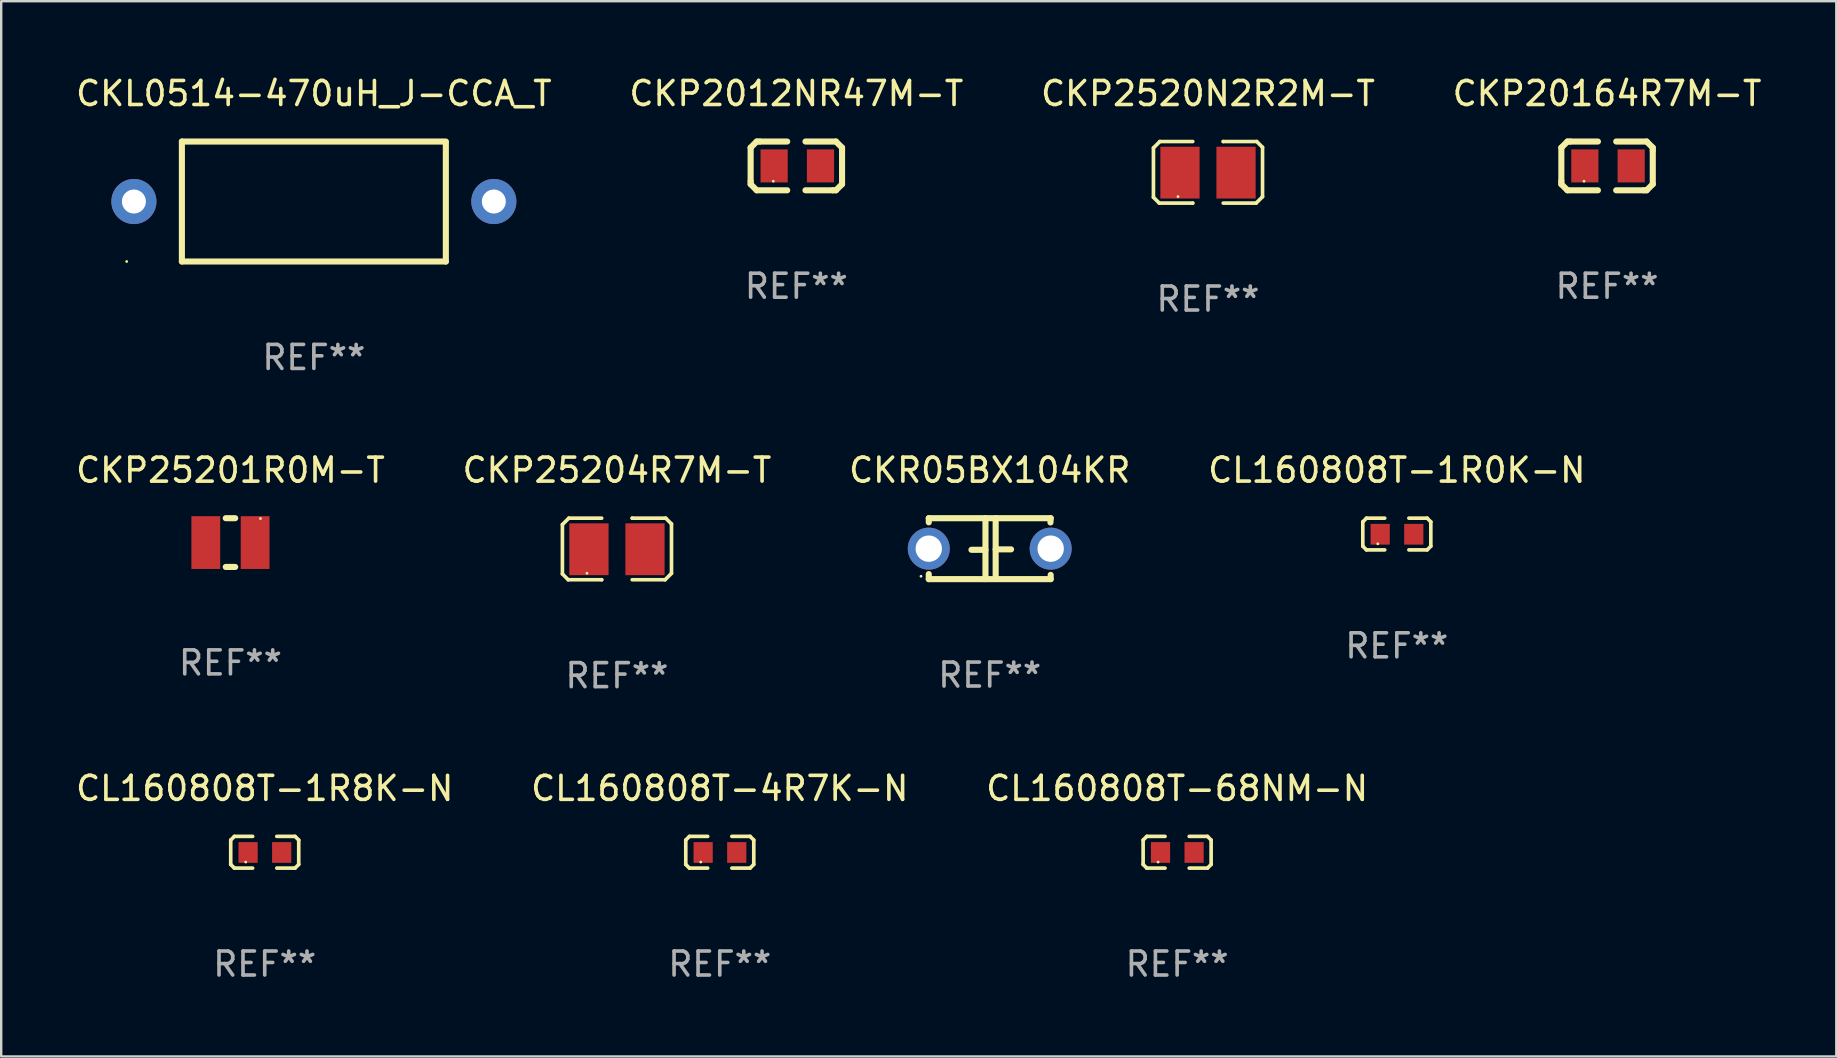
<source format=kicad_pcb>
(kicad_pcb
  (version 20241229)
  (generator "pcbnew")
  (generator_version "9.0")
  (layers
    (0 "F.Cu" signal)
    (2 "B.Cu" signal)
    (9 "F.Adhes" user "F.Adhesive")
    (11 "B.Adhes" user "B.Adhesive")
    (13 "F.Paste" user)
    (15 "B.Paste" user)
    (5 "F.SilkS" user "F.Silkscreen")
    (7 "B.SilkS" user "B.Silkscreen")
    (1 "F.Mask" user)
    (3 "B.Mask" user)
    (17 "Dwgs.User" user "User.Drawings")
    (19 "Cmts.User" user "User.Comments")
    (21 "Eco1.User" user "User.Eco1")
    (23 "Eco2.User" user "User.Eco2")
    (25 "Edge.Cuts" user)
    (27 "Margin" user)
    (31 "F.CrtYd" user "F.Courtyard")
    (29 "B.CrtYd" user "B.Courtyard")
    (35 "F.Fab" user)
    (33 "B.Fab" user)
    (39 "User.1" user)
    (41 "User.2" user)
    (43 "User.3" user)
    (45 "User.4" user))
  (footprint "CKP20164R7M-T"
    (layer "F.Cu")
    (at 63.923 3.864)
    (property "Reference" "CKP20164R7M-T" (at 0 -3.016 0) (layer "F.SilkS") (effects (font (size 1 1) (thickness 0.15))))
    (attr through_hole)
    (fp_line (start -1.905 -0.762) (end -1.905 0.635) (stroke (width 0.254) (type solid)) (layer "F.SilkS"))
    (fp_line (start -1.905 0.635) (end -1.905 0.762) (stroke (width 0.254) (type solid)) (layer "F.SilkS"))
    (fp_line (start -1.905 0.762) (end -1.651 1.016) (stroke (width 0.254) (type solid)) (layer "F.SilkS"))
    (fp_line (start -1.651 -1.016) (end -1.905 -0.762) (stroke (width 0.254) (type solid)) (layer "F.SilkS"))
    (fp_line (start -1.651 1.016) (end -0.381 1.016) (stroke (width 0.254) (type solid)) (layer "F.SilkS"))
    (fp_line (start -1.524 -1.016) (end -1.651 -1.016) (stroke (width 0.254) (type solid)) (layer "F.SilkS"))
    (fp_line (start -0.381 -1.016) (end -1.524 -1.016) (stroke (width 0.254) (type solid)) (layer "F.SilkS"))
    (fp_line (start 0.381 1.016) (end 1.524 1.016) (stroke (width 0.254) (type solid)) (layer "F.SilkS"))
    (fp_line (start 1.524 1.016) (end 1.651 1.016) (stroke (width 0.254) (type solid)) (layer "F.SilkS"))
    (fp_line (start 1.651 -1.016) (end 0.381 -1.016) (stroke (width 0.254) (type solid)) (layer "F.SilkS"))
    (fp_line (start 1.651 1.016) (end 1.905 0.762) (stroke (width 0.254) (type solid)) (layer "F.SilkS"))
    (fp_line (start 1.905 -0.762) (end 1.651 -1.016) (stroke (width 0.254) (type solid)) (layer "F.SilkS"))
    (fp_line (start 1.905 -0.635) (end 1.905 -0.762) (stroke (width 0.254) (type solid)) (layer "F.SilkS"))
    (fp_line (start 1.905 0.762) (end 1.905 -0.635) (stroke (width 0.254) (type solid)) (layer "F.SilkS"))
    (fp_circle (center -0.96 0.637) (end -0.93 0.637) (stroke (width 0.06) (type solid)) (fill no) (layer "F.SilkS"))
    (fp_text user "REF**" (at 0 5.016 0) (layer "F.Fab") (effects (font (size 1 1) (thickness 0.15))))
    (pad "1" smd rect (at -0.926 -0.000051) (size 1.133 1.377) (layers "F.Cu" "F.Mask" "F.Paste"))
    (pad "2" smd rect (at 1.006 -0.000051) (size 1.133 1.377) (layers "F.Cu" "F.Mask" "F.Paste")))
  (footprint "CKP2520N2R2M-T"
    (layer "F.Cu")
    (at 47.292 4.131)
    (property "Reference" "CKP2520N2R2M-T" (at 0 -3.283 0) (layer "F.SilkS") (effects (font (size 1 1) (thickness 0.15))))
    (attr through_hole)
    (fp_line (start -2.273 -1.016) (end -2.007 -1.283) (stroke (width 0.152) (type solid)) (layer "F.SilkS"))
    (fp_line (start -2.273 1.041) (end -2.273 -1.016) (stroke (width 0.152) (type solid)) (layer "F.SilkS"))
    (fp_line (start -2.032 1.283) (end -2.273 1.041) (stroke (width 0.152) (type solid)) (layer "F.SilkS"))
    (fp_line (start -2.007 -1.283) (end -0.635 -1.283) (stroke (width 0.152) (type solid)) (layer "F.SilkS"))
    (fp_line (start -0.635 1.283) (end -2.032 1.283) (stroke (width 0.152) (type solid)) (layer "F.SilkS"))
    (fp_line (start -0.635 1.283) (end -0.635 1.283) (stroke (width 0.152) (type solid)) (layer "F.SilkS"))
    (fp_line (start 0.635 -1.283) (end 0.635 -1.283) (stroke (width 0.152) (type solid)) (layer "F.SilkS"))
    (fp_line (start 0.635 -1.283) (end 2.032 -1.283) (stroke (width 0.152) (type solid)) (layer "F.SilkS"))
    (fp_line (start 2.007 1.283) (end 0.635 1.283) (stroke (width 0.152) (type solid)) (layer "F.SilkS"))
    (fp_line (start 2.032 -1.283) (end 2.273 -1.041) (stroke (width 0.152) (type solid)) (layer "F.SilkS"))
    (fp_line (start 2.273 -1.041) (end 2.273 1.016) (stroke (width 0.152) (type solid)) (layer "F.SilkS"))
    (fp_line (start 2.273 1.016) (end 2.007 1.283) (stroke (width 0.152) (type solid)) (layer "F.SilkS"))
    (fp_circle (center -1.25 1.013) (end -1.22 1.013) (stroke (width 0.06) (type solid)) (fill no) (layer "F.SilkS"))
    (fp_text user "REF**" (at 0 5.283 0) (layer "F.Fab") (effects (font (size 1 1) (thickness 0.15))))
    (pad "1" smd rect (at -1.167 0.013) (size 1.635 2.16) (layers "F.Cu" "F.Mask" "F.Paste"))
    (pad "2" smd rect (at 1.168 0.013) (size 1.635 2.16) (layers "F.Cu" "F.Mask" "F.Paste")))
  (footprint "CKR05BX104KR"
    (layer "F.Cu")
    (at 38.196 19.815)
    (property "Reference" "CKR05BX104KR" (at 0 -3.27 0) (layer "F.SilkS") (effects (font (size 1 1) (thickness 0.15))))
    (attr through_hole)
    (fp_line (start -2.54 -1.27) (end 2.54 -1.27) (stroke (width 0.254) (type solid)) (layer "F.SilkS"))
    (fp_line (start -2.54 -1.097) (end -2.54 -1.27) (stroke (width 0.254) (type solid)) (layer "F.SilkS"))
    (fp_line (start -2.54 1.27) (end -2.54 1.059) (stroke (width 0.254) (type solid)) (layer "F.SilkS"))
    (fp_line (start -0.177 -1.27) (end -0.177 1.27) (stroke (width 0.254) (type solid)) (layer "F.SilkS"))
    (fp_line (start -0.177 0.048) (end -0.762 0.048) (stroke (width 0.254) (type solid)) (layer "F.SilkS"))
    (fp_line (start 0.247 -1.27) (end 0.247 1.143) (stroke (width 0.254) (type solid)) (layer "F.SilkS"))
    (fp_line (start 0.247 0.029) (end 0.889 0.029) (stroke (width 0.254) (type solid)) (layer "F.SilkS"))
    (fp_line (start 2.54 -1.27) (end 2.531 -1.092) (stroke (width 0.254) (type solid)) (layer "F.SilkS"))
    (fp_line (start 2.54 1.092) (end 2.54 1.27) (stroke (width 0.254) (type solid)) (layer "F.SilkS"))
    (fp_line (start 2.54 1.27) (end -2.54 1.27) (stroke (width 0.254) (type solid)) (layer "F.SilkS"))
    (fp_circle (center -2.865 1.15) (end -2.835 1.15) (stroke (width 0.06) (type solid)) (fill no) (layer "F.SilkS"))
    (fp_text user "REF**" (at 0 5.27 0) (layer "F.Fab") (effects (font (size 1 1) (thickness 0.15))))
    (pad "1" thru_hole circle (at -2.54 0) (size 1.75 1.75) (drill 1.1) (layers "*.Cu" "*.Mask"))
    (pad "2" thru_hole circle (at 2.54 0) (size 1.75 1.75) (drill 1.1) (layers "*.Cu" "*.Mask")))
  (footprint "CKL0514-470uH_J-CCA_T"
    (layer "F.Cu")
    (at 10.03 5.348)
    (property "Reference" "CKL0514-470uH_J-CCA_T" (at 0 -4.5 0) (layer "F.SilkS") (effects (font (size 1 1) (thickness 0.15))))
    (attr through_hole)
    (fp_line (start -5.5 2.5) (end -5.5 -2.5) (stroke (width 0.254) (type solid)) (layer "F.SilkS"))
    (fp_line (start 5.5 -2.5) (end -5.5 -2.5) (stroke (width 0.254) (type solid)) (layer "F.SilkS"))
    (fp_line (start 5.5 2.5) (end -5.5 2.5) (stroke (width 0.254) (type solid)) (layer "F.SilkS"))
    (fp_line (start 5.5 2.5) (end 5.5 -2.46) (stroke (width 0.254) (type solid)) (layer "F.SilkS"))
    (fp_circle (center -7.8 2.5) (end -7.77 2.5) (stroke (width 0.06) (type solid)) (fill no) (layer "F.SilkS"))
    (fp_text user "REF**" (at 0 6.5 0) (layer "F.Fab") (effects (font (size 1 1) (thickness 0.15))))
    (pad "1" thru_hole circle (at -7.5 0) (size 1.88 1.88) (drill 1) (layers "*.Cu" "*.Mask"))
    (pad "2" thru_hole circle (at 7.5 0) (size 1.88 1.88) (drill 1) (layers "*.Cu" "*.Mask")))
  (footprint "CKP2012NR47M-T"
    (layer "F.Cu")
    (at 30.137 3.864)
    (property "Reference" "CKP2012NR47M-T" (at 0 -3.016 0) (layer "F.SilkS") (effects (font (size 1 1) (thickness 0.15))))
    (attr through_hole)
    (fp_line (start -1.905 -0.762) (end -1.905 0.635) (stroke (width 0.254) (type solid)) (layer "F.SilkS"))
    (fp_line (start -1.905 0.635) (end -1.905 0.762) (stroke (width 0.254) (type solid)) (layer "F.SilkS"))
    (fp_line (start -1.905 0.762) (end -1.651 1.016) (stroke (width 0.254) (type solid)) (layer "F.SilkS"))
    (fp_line (start -1.651 -1.016) (end -1.905 -0.762) (stroke (width 0.254) (type solid)) (layer "F.SilkS"))
    (fp_line (start -1.651 1.016) (end -0.381 1.016) (stroke (width 0.254) (type solid)) (layer "F.SilkS"))
    (fp_line (start -1.524 -1.016) (end -1.651 -1.016) (stroke (width 0.254) (type solid)) (layer "F.SilkS"))
    (fp_line (start -0.381 -1.016) (end -1.524 -1.016) (stroke (width 0.254) (type solid)) (layer "F.SilkS"))
    (fp_line (start 0.381 1.016) (end 1.524 1.016) (stroke (width 0.254) (type solid)) (layer "F.SilkS"))
    (fp_line (start 1.524 1.016) (end 1.651 1.016) (stroke (width 0.254) (type solid)) (layer "F.SilkS"))
    (fp_line (start 1.651 -1.016) (end 0.381 -1.016) (stroke (width 0.254) (type solid)) (layer "F.SilkS"))
    (fp_line (start 1.651 1.016) (end 1.905 0.762) (stroke (width 0.254) (type solid)) (layer "F.SilkS"))
    (fp_line (start 1.905 -0.762) (end 1.651 -1.016) (stroke (width 0.254) (type solid)) (layer "F.SilkS"))
    (fp_line (start 1.905 -0.635) (end 1.905 -0.762) (stroke (width 0.254) (type solid)) (layer "F.SilkS"))
    (fp_line (start 1.905 0.762) (end 1.905 -0.635) (stroke (width 0.254) (type solid)) (layer "F.SilkS"))
    (fp_circle (center -0.96 0.637) (end -0.93 0.637) (stroke (width 0.06) (type solid)) (fill no) (layer "F.SilkS"))
    (fp_text user "REF**" (at 0 5.016 0) (layer "F.Fab") (effects (font (size 1 1) (thickness 0.15))))
    (pad "1" smd rect (at -0.926 -0.000051) (size 1.133 1.377) (layers "F.Cu" "F.Mask" "F.Paste"))
    (pad "2" smd rect (at 1.006 -0.000051) (size 1.133 1.377) (layers "F.Cu" "F.Mask" "F.Paste")))
  (footprint "CL160808T-1R8K-N"
    (layer "F.Cu")
    (at 7.982 32.467)
    (property "Reference" "CL160808T-1R8K-N" (at 0 -2.661 0) (layer "F.SilkS") (effects (font (size 1 1) (thickness 0.15))))
    (attr through_hole)
    (fp_line (start -1.417 -0.508) (end -1.265 -0.661) (stroke (width 0.152) (type solid)) (layer "F.SilkS"))
    (fp_line (start -1.417 0.508) (end -1.417 -0.508) (stroke (width 0.152) (type solid)) (layer "F.SilkS"))
    (fp_line (start -1.265 -0.661) (end -0.503 -0.661) (stroke (width 0.152) (type solid)) (layer "F.SilkS"))
    (fp_line (start -1.265 0.661) (end -1.417 0.508) (stroke (width 0.152) (type solid)) (layer "F.SilkS"))
    (fp_line (start -1.265 0.661) (end -0.503 0.661) (stroke (width 0.152) (type solid)) (layer "F.SilkS"))
    (fp_line (start 1.265 -0.661) (end 0.503 -0.661) (stroke (width 0.152) (type solid)) (layer "F.SilkS"))
    (fp_line (start 1.265 -0.661) (end 1.417 -0.508) (stroke (width 0.152) (type solid)) (layer "F.SilkS"))
    (fp_line (start 1.265 0.661) (end 0.503 0.661) (stroke (width 0.152) (type solid)) (layer "F.SilkS"))
    (fp_line (start 1.417 -0.508) (end 1.417 0.508) (stroke (width 0.152) (type solid)) (layer "F.SilkS"))
    (fp_line (start 1.417 0.508) (end 1.265 0.661) (stroke (width 0.152) (type solid)) (layer "F.SilkS"))
    (fp_circle (center -0.793 0.409) (end -0.763 0.409) (stroke (width 0.06) (type solid)) (fill no) (layer "F.SilkS"))
    (fp_text user "REF**" (at 0 4.661 0) (layer "F.Fab") (effects (font (size 1 1) (thickness 0.15))))
    (pad "1" smd rect (at -0.693 0.009 180) (size 0.8 0.864) (layers "F.Cu" "F.Mask" "F.Paste"))
    (pad "2" smd rect (at 0.707 0.009 180) (size 0.8 0.864) (layers "F.Cu" "F.Mask" "F.Paste")))
  (footprint "CKP25201R0M-T"
    (layer "F.Cu")
    (at 6.554 19.561)
    (property "Reference" "CKP25201R0M-T" (at 0 -3.016 0) (layer "F.SilkS") (effects (font (size 1 1) (thickness 0.15))))
    (attr through_hole)
    (fp_line (start -0.197 1.016) (end 0.197 1.016) (stroke (width 0.254) (type solid)) (layer "F.SilkS"))
    (fp_line (start 0.197 -1.016) (end -0.197 -1.016) (stroke (width 0.254) (type solid)) (layer "F.SilkS"))
    (fp_circle (center 1.25 -1) (end 1.28 -1) (stroke (width 0.06) (type solid)) (fill no) (layer "F.SilkS"))
    (fp_text user "REF**" (at 0 5.016 0) (layer "F.Fab") (effects (font (size 1 1) (thickness 0.15))))
    (pad "1" smd rect (at 1.028 0) (size 1.2 2.2) (layers "F.Cu" "F.Mask" "F.Paste"))
    (pad "2" smd rect (at -1.028 0) (size 1.2 2.2) (layers "F.Cu" "F.Mask" "F.Paste")))
  (footprint "CKP25204R7M-T"
    (layer "F.Cu")
    (at 22.661 19.827)
    (property "Reference" "CKP25204R7M-T" (at 0 -3.283 0) (layer "F.SilkS") (effects (font (size 1 1) (thickness 0.15))))
    (attr through_hole)
    (fp_line (start -2.273 -1.016) (end -2.007 -1.283) (stroke (width 0.152) (type solid)) (layer "F.SilkS"))
    (fp_line (start -2.273 1.041) (end -2.273 -1.016) (stroke (width 0.152) (type solid)) (layer "F.SilkS"))
    (fp_line (start -2.032 1.283) (end -2.273 1.041) (stroke (width 0.152) (type solid)) (layer "F.SilkS"))
    (fp_line (start -2.007 -1.283) (end -0.635 -1.283) (stroke (width 0.152) (type solid)) (layer "F.SilkS"))
    (fp_line (start -0.635 1.283) (end -2.032 1.283) (stroke (width 0.152) (type solid)) (layer "F.SilkS"))
    (fp_line (start -0.635 1.283) (end -0.635 1.283) (stroke (width 0.152) (type solid)) (layer "F.SilkS"))
    (fp_line (start 0.635 -1.283) (end 0.635 -1.283) (stroke (width 0.152) (type solid)) (layer "F.SilkS"))
    (fp_line (start 0.635 -1.283) (end 2.032 -1.283) (stroke (width 0.152) (type solid)) (layer "F.SilkS"))
    (fp_line (start 2.007 1.283) (end 0.635 1.283) (stroke (width 0.152) (type solid)) (layer "F.SilkS"))
    (fp_line (start 2.032 -1.283) (end 2.273 -1.041) (stroke (width 0.152) (type solid)) (layer "F.SilkS"))
    (fp_line (start 2.273 -1.041) (end 2.273 1.016) (stroke (width 0.152) (type solid)) (layer "F.SilkS"))
    (fp_line (start 2.273 1.016) (end 2.007 1.283) (stroke (width 0.152) (type solid)) (layer "F.SilkS"))
    (fp_circle (center -1.25 1.013) (end -1.22 1.013) (stroke (width 0.06) (type solid)) (fill no) (layer "F.SilkS"))
    (fp_text user "REF**" (at 0 5.283 0) (layer "F.Fab") (effects (font (size 1 1) (thickness 0.15))))
    (pad "1" smd rect (at -1.167 0.013) (size 1.635 2.16) (layers "F.Cu" "F.Mask" "F.Paste"))
    (pad "2" smd rect (at 1.168 0.013) (size 1.635 2.16) (layers "F.Cu" "F.Mask" "F.Paste")))
  (footprint "CL160808T-4R7K-N"
    (layer "F.Cu")
    (at 26.946 32.467)
    (property "Reference" "CL160808T-4R7K-N" (at 0 -2.661 0) (layer "F.SilkS") (effects (font (size 1 1) (thickness 0.15))))
    (attr through_hole)
    (fp_line (start -1.417 -0.508) (end -1.265 -0.661) (stroke (width 0.152) (type solid)) (layer "F.SilkS"))
    (fp_line (start -1.417 0.508) (end -1.417 -0.508) (stroke (width 0.152) (type solid)) (layer "F.SilkS"))
    (fp_line (start -1.265 -0.661) (end -0.503 -0.661) (stroke (width 0.152) (type solid)) (layer "F.SilkS"))
    (fp_line (start -1.265 0.661) (end -1.417 0.508) (stroke (width 0.152) (type solid)) (layer "F.SilkS"))
    (fp_line (start -1.265 0.661) (end -0.503 0.661) (stroke (width 0.152) (type solid)) (layer "F.SilkS"))
    (fp_line (start 1.265 -0.661) (end 0.503 -0.661) (stroke (width 0.152) (type solid)) (layer "F.SilkS"))
    (fp_line (start 1.265 -0.661) (end 1.417 -0.508) (stroke (width 0.152) (type solid)) (layer "F.SilkS"))
    (fp_line (start 1.265 0.661) (end 0.503 0.661) (stroke (width 0.152) (type solid)) (layer "F.SilkS"))
    (fp_line (start 1.417 -0.508) (end 1.417 0.508) (stroke (width 0.152) (type solid)) (layer "F.SilkS"))
    (fp_line (start 1.417 0.508) (end 1.265 0.661) (stroke (width 0.152) (type solid)) (layer "F.SilkS"))
    (fp_circle (center -0.793 0.409) (end -0.763 0.409) (stroke (width 0.06) (type solid)) (fill no) (layer "F.SilkS"))
    (fp_text user "REF**" (at 0 4.661 0) (layer "F.Fab") (effects (font (size 1 1) (thickness 0.15))))
    (pad "1" smd rect (at -0.693 0.009 180) (size 0.8 0.864) (layers "F.Cu" "F.Mask" "F.Paste"))
    (pad "2" smd rect (at 0.707 0.009 180) (size 0.8 0.864) (layers "F.Cu" "F.Mask" "F.Paste")))
  (footprint "CL160808T-68NM-N"
    (layer "F.Cu")
    (at 46.006 32.467)
    (property "Reference" "CL160808T-68NM-N" (at 0 -2.661 0) (layer "F.SilkS") (effects (font (size 1 1) (thickness 0.15))))
    (attr through_hole)
    (fp_line (start -1.417 -0.508) (end -1.265 -0.661) (stroke (width 0.152) (type solid)) (layer "F.SilkS"))
    (fp_line (start -1.417 0.508) (end -1.417 -0.508) (stroke (width 0.152) (type solid)) (layer "F.SilkS"))
    (fp_line (start -1.265 -0.661) (end -0.503 -0.661) (stroke (width 0.152) (type solid)) (layer "F.SilkS"))
    (fp_line (start -1.265 0.661) (end -1.417 0.508) (stroke (width 0.152) (type solid)) (layer "F.SilkS"))
    (fp_line (start -1.265 0.661) (end -0.503 0.661) (stroke (width 0.152) (type solid)) (layer "F.SilkS"))
    (fp_line (start 1.265 -0.661) (end 0.503 -0.661) (stroke (width 0.152) (type solid)) (layer "F.SilkS"))
    (fp_line (start 1.265 -0.661) (end 1.417 -0.508) (stroke (width 0.152) (type solid)) (layer "F.SilkS"))
    (fp_line (start 1.265 0.661) (end 0.503 0.661) (stroke (width 0.152) (type solid)) (layer "F.SilkS"))
    (fp_line (start 1.417 -0.508) (end 1.417 0.508) (stroke (width 0.152) (type solid)) (layer "F.SilkS"))
    (fp_line (start 1.417 0.508) (end 1.265 0.661) (stroke (width 0.152) (type solid)) (layer "F.SilkS"))
    (fp_circle (center -0.793 0.409) (end -0.763 0.409) (stroke (width 0.06) (type solid)) (fill no) (layer "F.SilkS"))
    (fp_text user "REF**" (at 0 4.661 0) (layer "F.Fab") (effects (font (size 1 1) (thickness 0.15))))
    (pad "1" smd rect (at -0.693 0.009 180) (size 0.8 0.864) (layers "F.Cu" "F.Mask" "F.Paste"))
    (pad "2" smd rect (at 0.707 0.009 180) (size 0.8 0.864) (layers "F.Cu" "F.Mask" "F.Paste")))
  (footprint "CL160808T-1R0K-N"
    (layer "F.Cu")
    (at 55.161 19.205)
    (property "Reference" "CL160808T-1R0K-N" (at 0 -2.661 0) (layer "F.SilkS") (effects (font (size 1 1) (thickness 0.15))))
    (attr through_hole)
    (fp_line (start -1.417 -0.508) (end -1.265 -0.661) (stroke (width 0.152) (type solid)) (layer "F.SilkS"))
    (fp_line (start -1.417 0.508) (end -1.417 -0.508) (stroke (width 0.152) (type solid)) (layer "F.SilkS"))
    (fp_line (start -1.265 -0.661) (end -0.503 -0.661) (stroke (width 0.152) (type solid)) (layer "F.SilkS"))
    (fp_line (start -1.265 0.661) (end -1.417 0.508) (stroke (width 0.152) (type solid)) (layer "F.SilkS"))
    (fp_line (start -1.265 0.661) (end -0.503 0.661) (stroke (width 0.152) (type solid)) (layer "F.SilkS"))
    (fp_line (start 1.265 -0.661) (end 0.503 -0.661) (stroke (width 0.152) (type solid)) (layer "F.SilkS"))
    (fp_line (start 1.265 -0.661) (end 1.417 -0.508) (stroke (width 0.152) (type solid)) (layer "F.SilkS"))
    (fp_line (start 1.265 0.661) (end 0.503 0.661) (stroke (width 0.152) (type solid)) (layer "F.SilkS"))
    (fp_line (start 1.417 -0.508) (end 1.417 0.508) (stroke (width 0.152) (type solid)) (layer "F.SilkS"))
    (fp_line (start 1.417 0.508) (end 1.265 0.661) (stroke (width 0.152) (type solid)) (layer "F.SilkS"))
    (fp_circle (center -0.793 0.409) (end -0.763 0.409) (stroke (width 0.06) (type solid)) (fill no) (layer "F.SilkS"))
    (fp_text user "REF**" (at 0 4.661 0) (layer "F.Fab") (effects (font (size 1 1) (thickness 0.15))))
    (pad "1" smd rect (at -0.693 0.009 180) (size 0.8 0.864) (layers "F.Cu" "F.Mask" "F.Paste"))
    (pad "2" smd rect (at 0.707 0.009 180) (size 0.8 0.864) (layers "F.Cu" "F.Mask" "F.Paste")))
  (gr_rect
    (start -3 -3)
    (end 73.476 40.976)
    (stroke (width 0.1) (type default))
    (fill no)
    (layer "Edge.Cuts")))
</source>
